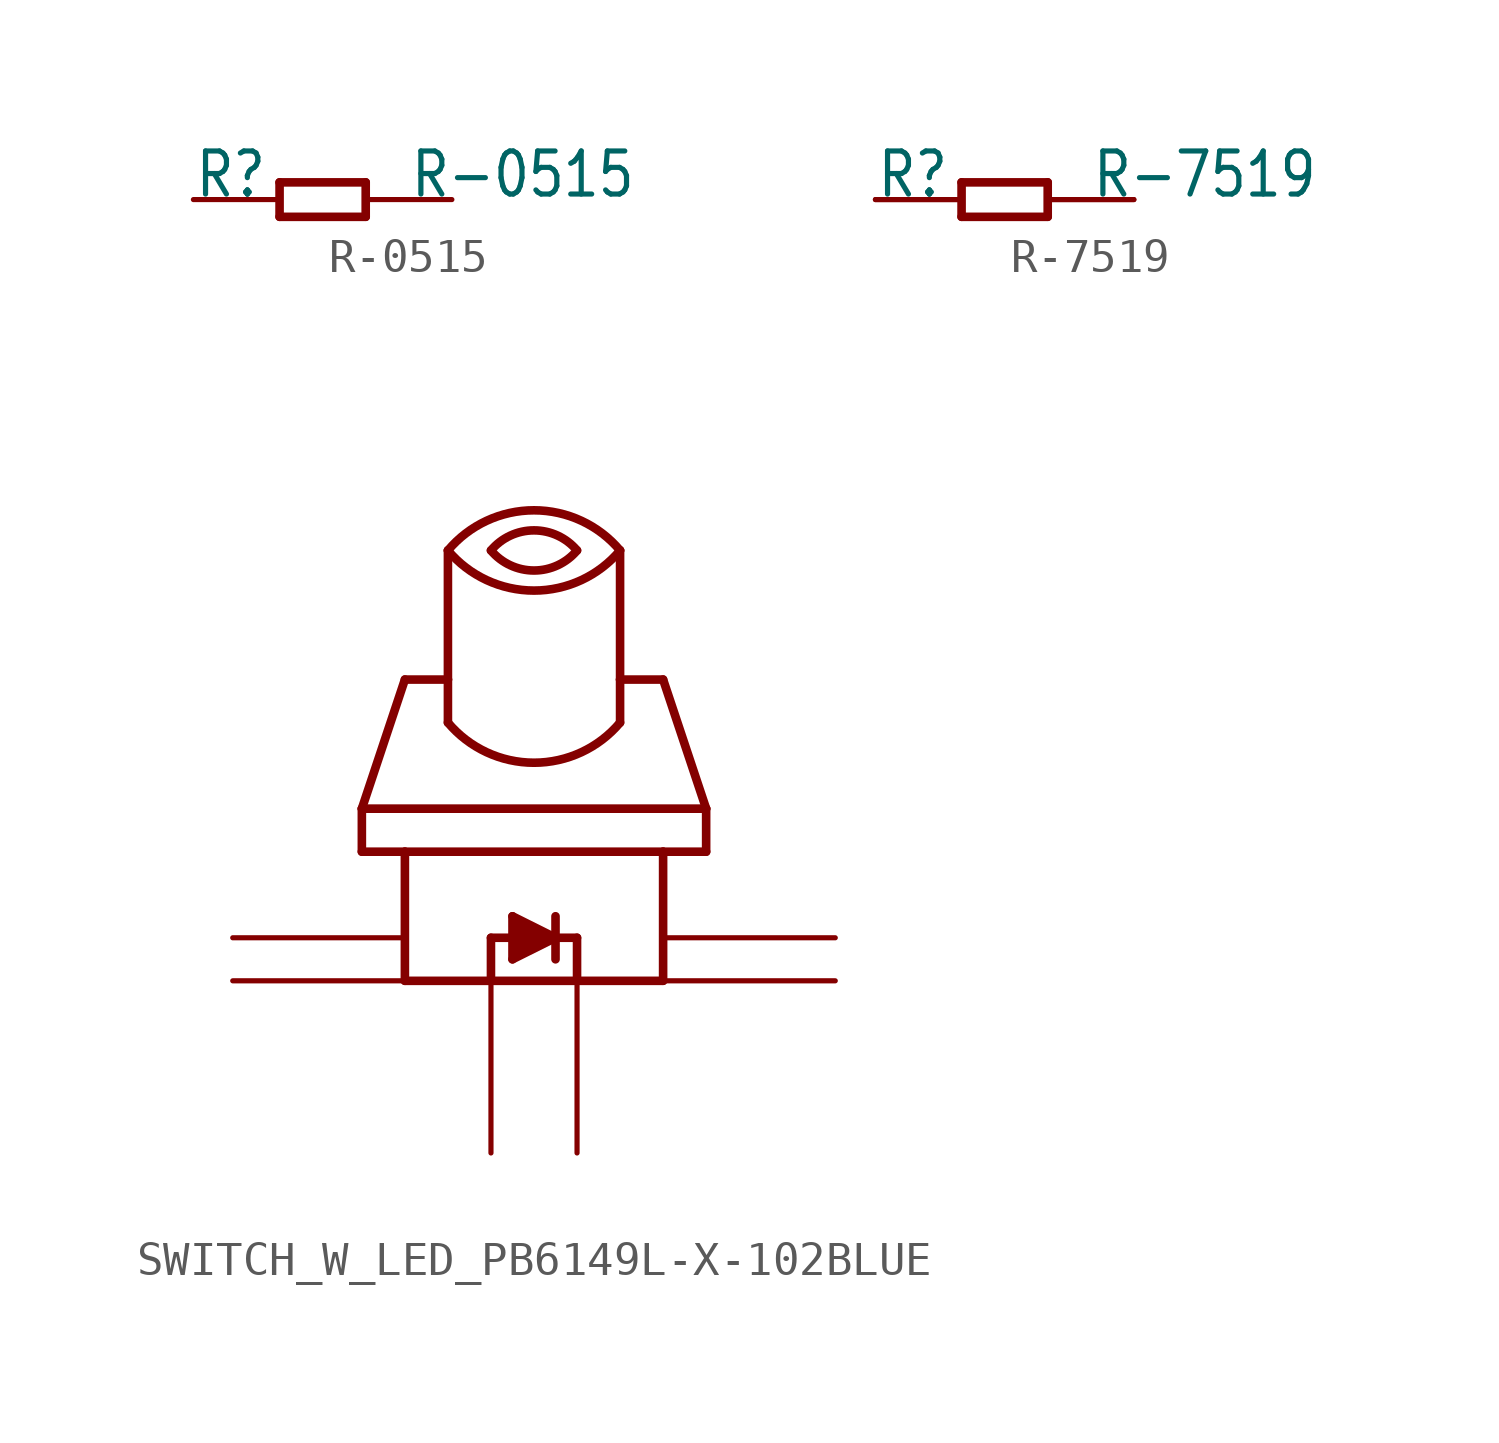
<source format=kicad_sym>
(kicad_symbol_lib
  (version 20211014)
  (generator kicad_symbol_editor)
  (symbol "R-0515"
    (property "Reference" "R"
      (at -3.81 0 0)
      (effects (font (size 1.27 1.079)) (justify left bottom)))
    (property "Value" "R-0515"
      (at 2.54 0 0)
      (effects (font (size 1.27 1.079)) (justify left bottom)))
    (property "ki_locked" ""
      (at 0 0 0)
      (effects (font (size 1.27 1.27))))
    (symbol "R-0515_1_0"
      (polyline (pts (xy -1.27 -0.508) (xy -1.27 0.508)) (stroke (width 0.254) (type default) (color 0 0 0 0)) (fill (type none)))
      (polyline (pts (xy -1.27 0.508) (xy 1.27 0.508)) (stroke (width 0.254) (type default) (color 0 0 0 0)) (fill (type none)))
      (polyline (pts (xy 1.27 -0.508) (xy -1.27 -0.508)) (stroke (width 0.254) (type default) (color 0 0 0 0)) (fill (type none)))
      (polyline (pts (xy 1.27 0.508) (xy 1.27 -0.508)) (stroke (width 0.254) (type default) (color 0 0 0 0)) (fill (type none)))
      (pin passive line (at -3.81 0 0) (length 2.54) (name "1" (effects (font (size 0 0)))) (number "P$1" (effects (font (size 0 0)))))
      (pin passive line (at 3.81 0 180) (length 2.54) (name "2" (effects (font (size 0 0)))) (number "P$2" (effects (font (size 0 0)))))))
  (symbol "R-7519"
    (property "Reference" "R"
      (at -3.81 0 0)
      (effects (font (size 1.27 1.079)) (justify left bottom)))
    (property "Value" "R-7519"
      (at 2.54 0 0)
      (effects (font (size 1.27 1.079)) (justify left bottom)))
    (property "ki_locked" ""
      (at 0 0 0)
      (effects (font (size 1.27 1.27))))
    (symbol "R-7519_1_0"
      (polyline (pts (xy -1.27 -0.508) (xy -1.27 0.508)) (stroke (width 0.254) (type default) (color 0 0 0 0)) (fill (type none)))
      (polyline (pts (xy -1.27 0.508) (xy 1.27 0.508)) (stroke (width 0.254) (type default) (color 0 0 0 0)) (fill (type none)))
      (polyline (pts (xy 1.27 -0.508) (xy -1.27 -0.508)) (stroke (width 0.254) (type default) (color 0 0 0 0)) (fill (type none)))
      (polyline (pts (xy 1.27 0.508) (xy 1.27 -0.508)) (stroke (width 0.254) (type default) (color 0 0 0 0)) (fill (type none)))
      (pin passive line (at -3.81 0 0) (length 2.54) (name "1" (effects (font (size 0 0)))) (number "1" (effects (font (size 0 0)))))
      (pin passive line (at -3.81 0 0) (length 2.54) (name "1" (effects (font (size 0 0)))) (number "2" (effects (font (size 0 0)))))
      (pin passive line (at 3.81 0 180) (length 2.54) (name "2" (effects (font (size 0 0)))) (number "3" (effects (font (size 0 0)))))
      (pin passive line (at 3.81 0 180) (length 2.54) (name "2" (effects (font (size 0 0)))) (number "4" (effects (font (size 0 0)))))))
  (symbol "SWITCH_W_LED_PB6149L-X-102BLUE"
    (property "Reference" "S"
      (at 0 0 0)
      (effects (font (size 1.27 1.27)) hide))
    (property "ki_locked" ""
      (at 0 0 0)
      (effects (font (size 1.27 1.27))))
    (symbol "SWITCH_W_LED_PB6149L-X-102BLUE_1_0"
      (arc (start -2.54 -2.54) (mid 0 -3.7244) (end 2.54 -2.54) (stroke (width 0.254) (type default) (color 0 0 0 0)) (fill (type none)))
      (arc (start -2.54 2.54) (mid 0 1.3556) (end 2.54 2.54) (stroke (width 0.254) (type default) (color 0 0 0 0)) (fill (type none)))
      (arc (start -1.27 2.54) (mid 0 1.9478) (end 1.27 2.54) (stroke (width 0.254) (type default) (color 0 0 0 0)) (fill (type none)))
      (polyline (pts (xy -5.08 -6.35) (xy -3.81 -6.35)) (stroke (width 0.254) (type default) (color 0 0 0 0)) (fill (type none)))
      (polyline (pts (xy -5.08 -5.08) (xy -5.08 -6.35)) (stroke (width 0.254) (type default) (color 0 0 0 0)) (fill (type none)))
      (polyline (pts (xy -5.08 -5.08) (xy 5.08 -5.08)) (stroke (width 0.254) (type default) (color 0 0 0 0)) (fill (type none)))
      (polyline (pts (xy -3.81 -10.16) (xy -1.27 -10.16)) (stroke (width 0.254) (type default) (color 0 0 0 0)) (fill (type none)))
      (polyline (pts (xy -3.81 -6.35) (xy -3.81 -10.16)) (stroke (width 0.254) (type default) (color 0 0 0 0)) (fill (type none)))
      (polyline (pts (xy -3.81 -6.35) (xy 3.81 -6.35)) (stroke (width 0.254) (type default) (color 0 0 0 0)) (fill (type none)))
      (polyline (pts (xy -3.81 -1.27) (xy -5.08 -5.08)) (stroke (width 0.254) (type default) (color 0 0 0 0)) (fill (type none)))
      (polyline (pts (xy -2.54 -1.27) (xy -3.81 -1.27)) (stroke (width 0.254) (type default) (color 0 0 0 0)) (fill (type none)))
      (polyline (pts (xy -2.54 -1.27) (xy -2.54 -2.54)) (stroke (width 0.254) (type default) (color 0 0 0 0)) (fill (type none)))
      (polyline (pts (xy -2.54 2.54) (xy -2.54 -1.27)) (stroke (width 0.254) (type default) (color 0 0 0 0)) (fill (type none)))
      (polyline (pts (xy -1.27 -10.16) (xy -1.27 -8.89)) (stroke (width 0.254) (type default) (color 0 0 0 0)) (fill (type none)))
      (polyline (pts (xy -1.27 -10.16) (xy 1.27 -10.16)) (stroke (width 0.254) (type default) (color 0 0 0 0)) (fill (type none)))
      (polyline (pts (xy -1.27 -8.89) (xy 0.635 -8.89)) (stroke (width 0.254) (type default) (color 0 0 0 0)) (fill (type none)))
      (polyline (pts (xy -0.635 -9.525) (xy 0.635 -8.89)) (stroke (width 0.254) (type default) (color 0 0 0 0)) (fill (type none)))
      (polyline (pts (xy -0.635 -8.255) (xy -0.635 -9.525)) (stroke (width 0.254) (type default) (color 0 0 0 0)) (fill (type none)))
      (polyline (pts (xy 0.635 -8.89) (xy -0.635 -8.255)) (stroke (width 0.254) (type default) (color 0 0 0 0)) (fill (type none)))
      (polyline (pts (xy 0.635 -8.89) (xy 0.635 -9.525)) (stroke (width 0.254) (type default) (color 0 0 0 0)) (fill (type none)))
      (polyline (pts (xy 0.635 -8.89) (xy 1.27 -8.89)) (stroke (width 0.254) (type default) (color 0 0 0 0)) (fill (type none)))
      (polyline (pts (xy 0.635 -8.255) (xy 0.635 -8.89)) (stroke (width 0.254) (type default) (color 0 0 0 0)) (fill (type none)))
      (polyline (pts (xy 1.27 -10.16) (xy 3.81 -10.16)) (stroke (width 0.254) (type default) (color 0 0 0 0)) (fill (type none)))
      (polyline (pts (xy 1.27 -8.89) (xy 1.27 -10.16)) (stroke (width 0.254) (type default) (color 0 0 0 0)) (fill (type none)))
      (polyline (pts (xy 2.54 -1.27) (xy 2.54 -2.54)) (stroke (width 0.254) (type default) (color 0 0 0 0)) (fill (type none)))
      (polyline (pts (xy 2.54 2.54) (xy 2.54 -1.27)) (stroke (width 0.254) (type default) (color 0 0 0 0)) (fill (type none)))
      (polyline (pts (xy 3.81 -10.16) (xy 3.81 -6.35)) (stroke (width 0.254) (type default) (color 0 0 0 0)) (fill (type none)))
      (polyline (pts (xy 3.81 -6.35) (xy 5.08 -6.35)) (stroke (width 0.254) (type default) (color 0 0 0 0)) (fill (type none)))
      (polyline (pts (xy 3.81 -1.27) (xy 2.54 -1.27)) (stroke (width 0.254) (type default) (color 0 0 0 0)) (fill (type none)))
      (polyline (pts (xy 5.08 -6.35) (xy 5.08 -5.08)) (stroke (width 0.254) (type default) (color 0 0 0 0)) (fill (type none)))
      (polyline (pts (xy 5.08 -5.08) (xy 3.81 -1.27)) (stroke (width 0.254) (type default) (color 0 0 0 0)) (fill (type none)))
      (polyline (pts (xy -0.635 -8.255) (xy 0.635 -8.89) (xy -0.635 -9.525)) (stroke (width 0) (type default) (color 0 0 0 0)) (fill (type outline)))
      (arc (start 1.27 2.54) (mid 0 3.1322) (end -1.27 2.54) (stroke (width 0.254) (type default) (color 0 0 0 0)) (fill (type none)))
      (arc (start 2.54 2.54) (mid 0 3.7244) (end -2.54 2.54) (stroke (width 0.254) (type default) (color 0 0 0 0)) (fill (type none)))
      (pin bidirectional line (at -8.89 -8.89 0) (length 5.08) (name "1" (effects (font (size 0 0)))) (number "1" (effects (font (size 0 0)))))
      (pin bidirectional line (at -8.89 -10.16 0) (length 5.08) (name "2" (effects (font (size 0 0)))) (number "2" (effects (font (size 0 0)))))
      (pin bidirectional line (at 8.89 -8.89 180) (length 5.08) (name "3" (effects (font (size 0 0)))) (number "3" (effects (font (size 0 0)))))
      (pin bidirectional line (at 8.89 -10.16 180) (length 5.08) (name "4" (effects (font (size 0 0)))) (number "4" (effects (font (size 0 0)))))
      (pin bidirectional line (at 1.27 -15.24 90) (length 5.08) (name "NEG" (effects (font (size 0 0)))) (number "LEDNEG" (effects (font (size 0 0)))))
      (pin bidirectional line (at -1.27 -15.24 90) (length 5.08) (name "POS" (effects (font (size 0 0)))) (number "LEDPOS" (effects (font (size 0 0))))))))
</source>
